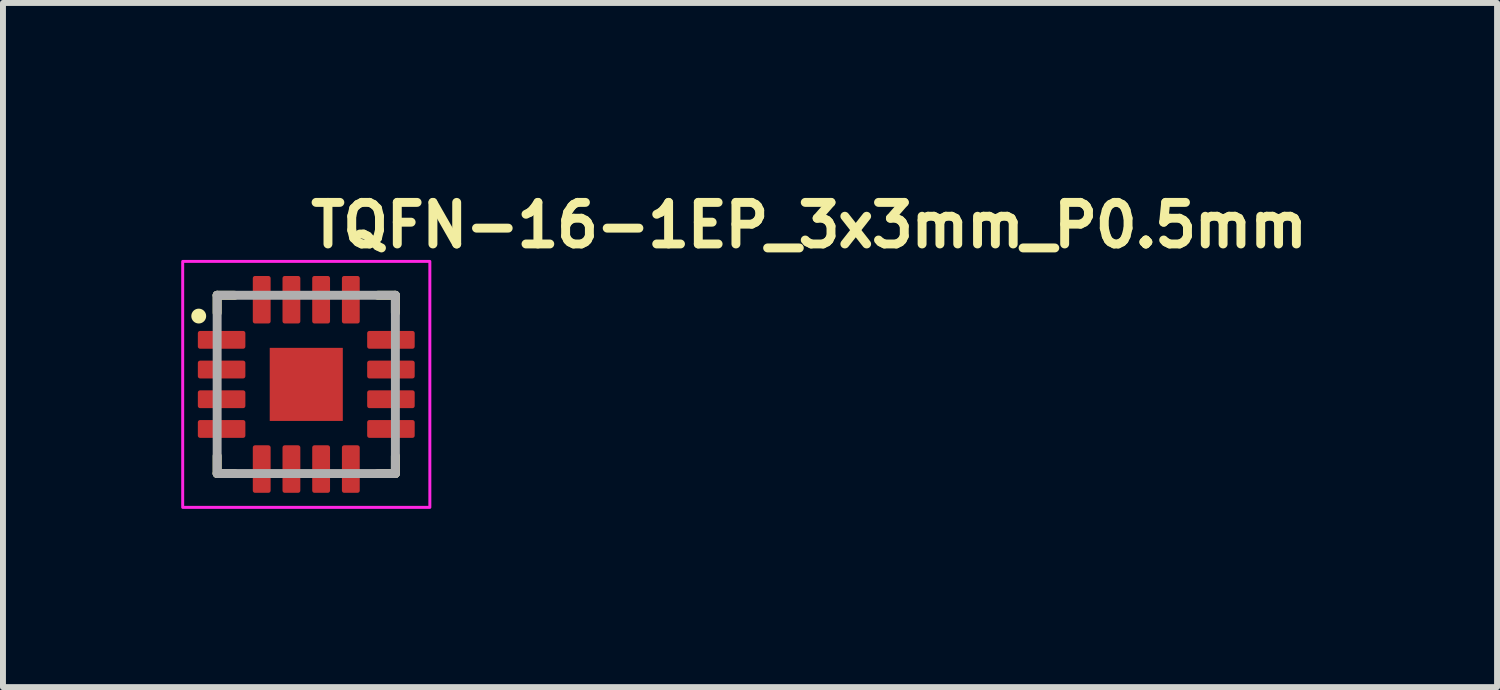
<source format=kicad_pcb>
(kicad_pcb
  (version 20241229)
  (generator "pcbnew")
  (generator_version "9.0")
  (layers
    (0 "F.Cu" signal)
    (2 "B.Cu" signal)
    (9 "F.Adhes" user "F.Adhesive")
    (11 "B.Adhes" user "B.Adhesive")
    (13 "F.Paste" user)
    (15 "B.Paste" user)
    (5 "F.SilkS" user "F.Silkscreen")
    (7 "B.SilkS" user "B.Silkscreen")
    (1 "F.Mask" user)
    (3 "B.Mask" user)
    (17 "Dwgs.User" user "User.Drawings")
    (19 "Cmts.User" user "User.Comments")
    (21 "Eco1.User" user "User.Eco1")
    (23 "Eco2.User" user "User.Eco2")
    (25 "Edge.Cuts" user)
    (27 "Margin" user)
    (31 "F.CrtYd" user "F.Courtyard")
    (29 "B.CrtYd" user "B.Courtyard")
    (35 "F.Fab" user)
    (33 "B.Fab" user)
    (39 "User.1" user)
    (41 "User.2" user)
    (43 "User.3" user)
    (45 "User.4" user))
  (footprint "TQFN-16-1EP_3x3mm_P0.5mm"
    (layer "F.Cu")
    (at 2.105 3.42)
    (property "Reference" "TQFN-16-1EP_3x3mm_P0.5mm" (at 0 -2.27 0) (layer "F.SilkS") (effects (font (size 0.7 0.7) (thickness 0.15)) (justify left bottom)))
    (attr smd)
    (fp_line (start -1.5 -1.5) (end -1.5 -1.205) (stroke (width 0.15) (type solid)) (layer "F.SilkS"))
    (fp_line (start -1.5 -1.5) (end -1.205 -1.5) (stroke (width 0.15) (type solid)) (layer "F.SilkS"))
    (fp_line (start -1.5 1.5) (end -1.5 1.205) (stroke (width 0.15) (type solid)) (layer "F.SilkS"))
    (fp_line (start -1.5 1.5) (end -1.205 1.5) (stroke (width 0.15) (type solid)) (layer "F.SilkS"))
    (fp_line (start 1.5 -1.5) (end 1.205 -1.5) (stroke (width 0.15) (type solid)) (layer "F.SilkS"))
    (fp_line (start 1.5 -1.5) (end 1.5 -1.205) (stroke (width 0.15) (type solid)) (layer "F.SilkS"))
    (fp_line (start 1.5 1.5) (end 1.205 1.5) (stroke (width 0.15) (type solid)) (layer "F.SilkS"))
    (fp_line (start 1.5 1.5) (end 1.5 1.205) (stroke (width 0.15) (type solid)) (layer "F.SilkS"))
    (fp_circle (center -1.81 -1.15) (end -1.76 -1.15) (stroke (width 0.15) (type solid)) (fill yes) (layer "F.SilkS"))
    (fp_rect (start -2.08 -2.07) (end 2.08 2.07) (stroke (width 0.05) (type solid)) (fill no) (layer "F.CrtYd"))
    (fp_line (start -1.5 1.5) (end -1.5 -1.5) (stroke (width 0.15) (type solid)) (layer "F.Fab"))
    (fp_line (start 1.5 -1.5) (end -1.5 -1.5) (stroke (width 0.15) (type solid)) (layer "F.Fab"))
    (fp_line (start 1.5 1.5) (end -1.5 1.5) (stroke (width 0.15) (type solid)) (layer "F.Fab"))
    (fp_line (start 1.5 1.5) (end 1.5 -1.5) (stroke (width 0.15) (type solid)) (layer "F.Fab"))
    (fp_rect (start -1.5 -1.49) (end 1.5 1.51) (stroke (width 0.1) (type solid)) (fill no) (layer "User.5"))
    (fp_line (start -1.5 -1.49) (end 1.5 -1.49) (stroke (width 0.02) (type solid)) (layer "User.9"))
    (fp_line (start -1.5 1.51) (end -1.5 -1.49) (stroke (width 0.02) (type solid)) (layer "User.9"))
    (fp_line (start -1.5 1.51) (end 1.5 1.51) (stroke (width 0.02) (type solid)) (layer "User.9"))
    (fp_line (start 0.875 -1.49) (end 1.5 -1.49) (stroke (width 0.02) (type solid)) (layer "User.9"))
    (fp_line (start 1.5 -1.49) (end 1.5 -0.865) (stroke (width 0.02) (type solid)) (layer "User.9"))
    (fp_line (start 1.5 1.51) (end 1.5 -1.49) (stroke (width 0.02) (type solid)) (layer "User.9"))
    (fp_circle (center -1.125 -1.115) (end -0.93 -1.115) (stroke (width 0.02) (type default)) (fill no) (layer "User.9"))
    (pad "1" smd roundrect (at -1.425 -0.75) (size 0.8 0.3) (layers "F.Cu" "F.Mask" "F.Paste") (roundrect_rratio 0.125))
    (pad "2" smd roundrect (at -1.425 -0.25) (size 0.8 0.3) (layers "F.Cu" "F.Mask" "F.Paste") (roundrect_rratio 0.125))
    (pad "3" smd roundrect (at -1.425 0.25) (size 0.8 0.3) (layers "F.Cu" "F.Mask" "F.Paste") (roundrect_rratio 0.125))
    (pad "4" smd roundrect (at -1.425 0.75) (size 0.8 0.3) (layers "F.Cu" "F.Mask" "F.Paste") (roundrect_rratio 0.125))
    (pad "5" smd roundrect (at -0.75 1.425) (size 0.3 0.8) (layers "F.Cu" "F.Mask" "F.Paste") (roundrect_rratio 0.125))
    (pad "6" smd roundrect (at -0.25 1.425) (size 0.3 0.8) (layers "F.Cu" "F.Mask" "F.Paste") (roundrect_rratio 0.125))
    (pad "7" smd roundrect (at 0.25 1.425) (size 0.3 0.8) (layers "F.Cu" "F.Mask" "F.Paste") (roundrect_rratio 0.125))
    (pad "8" smd roundrect (at 0.75 1.425) (size 0.3 0.8) (layers "F.Cu" "F.Mask" "F.Paste") (roundrect_rratio 0.125))
    (pad "9" smd roundrect (at 1.425 0.75) (size 0.8 0.3) (layers "F.Cu" "F.Mask" "F.Paste") (roundrect_rratio 0.125))
    (pad "10" smd roundrect (at 1.425 0.25) (size 0.8 0.3) (layers "F.Cu" "F.Mask" "F.Paste") (roundrect_rratio 0.125))
    (pad "11" smd roundrect (at 1.425 -0.25) (size 0.8 0.3) (layers "F.Cu" "F.Mask" "F.Paste") (roundrect_rratio 0.125))
    (pad "12" smd roundrect (at 1.425 -0.75) (size 0.8 0.3) (layers "F.Cu" "F.Mask" "F.Paste") (roundrect_rratio 0.125))
    (pad "13" smd roundrect (at 0.75 -1.425) (size 0.3 0.8) (layers "F.Cu" "F.Mask" "F.Paste") (roundrect_rratio 0.125))
    (pad "14" smd roundrect (at 0.25 -1.425) (size 0.3 0.8) (layers "F.Cu" "F.Mask" "F.Paste") (roundrect_rratio 0.125))
    (pad "15" smd roundrect (at -0.25 -1.425) (size 0.3 0.8) (layers "F.Cu" "F.Mask" "F.Paste") (roundrect_rratio 0.125))
    (pad "16" smd roundrect (at -0.75 -1.425) (size 0.3 0.8) (layers "F.Cu" "F.Mask" "F.Paste") (roundrect_rratio 0.125))
    (pad "17" smd rect (at 0 0) (size 1.23 1.23) (layers "F.Cu" "F.Mask" "F.Paste")))
  (gr_rect
    (start -3 -3)
    (end 22.148 8.515)
    (stroke (width 0.1) (type default))
    (fill no)
    (layer "Edge.Cuts")))
</source>
